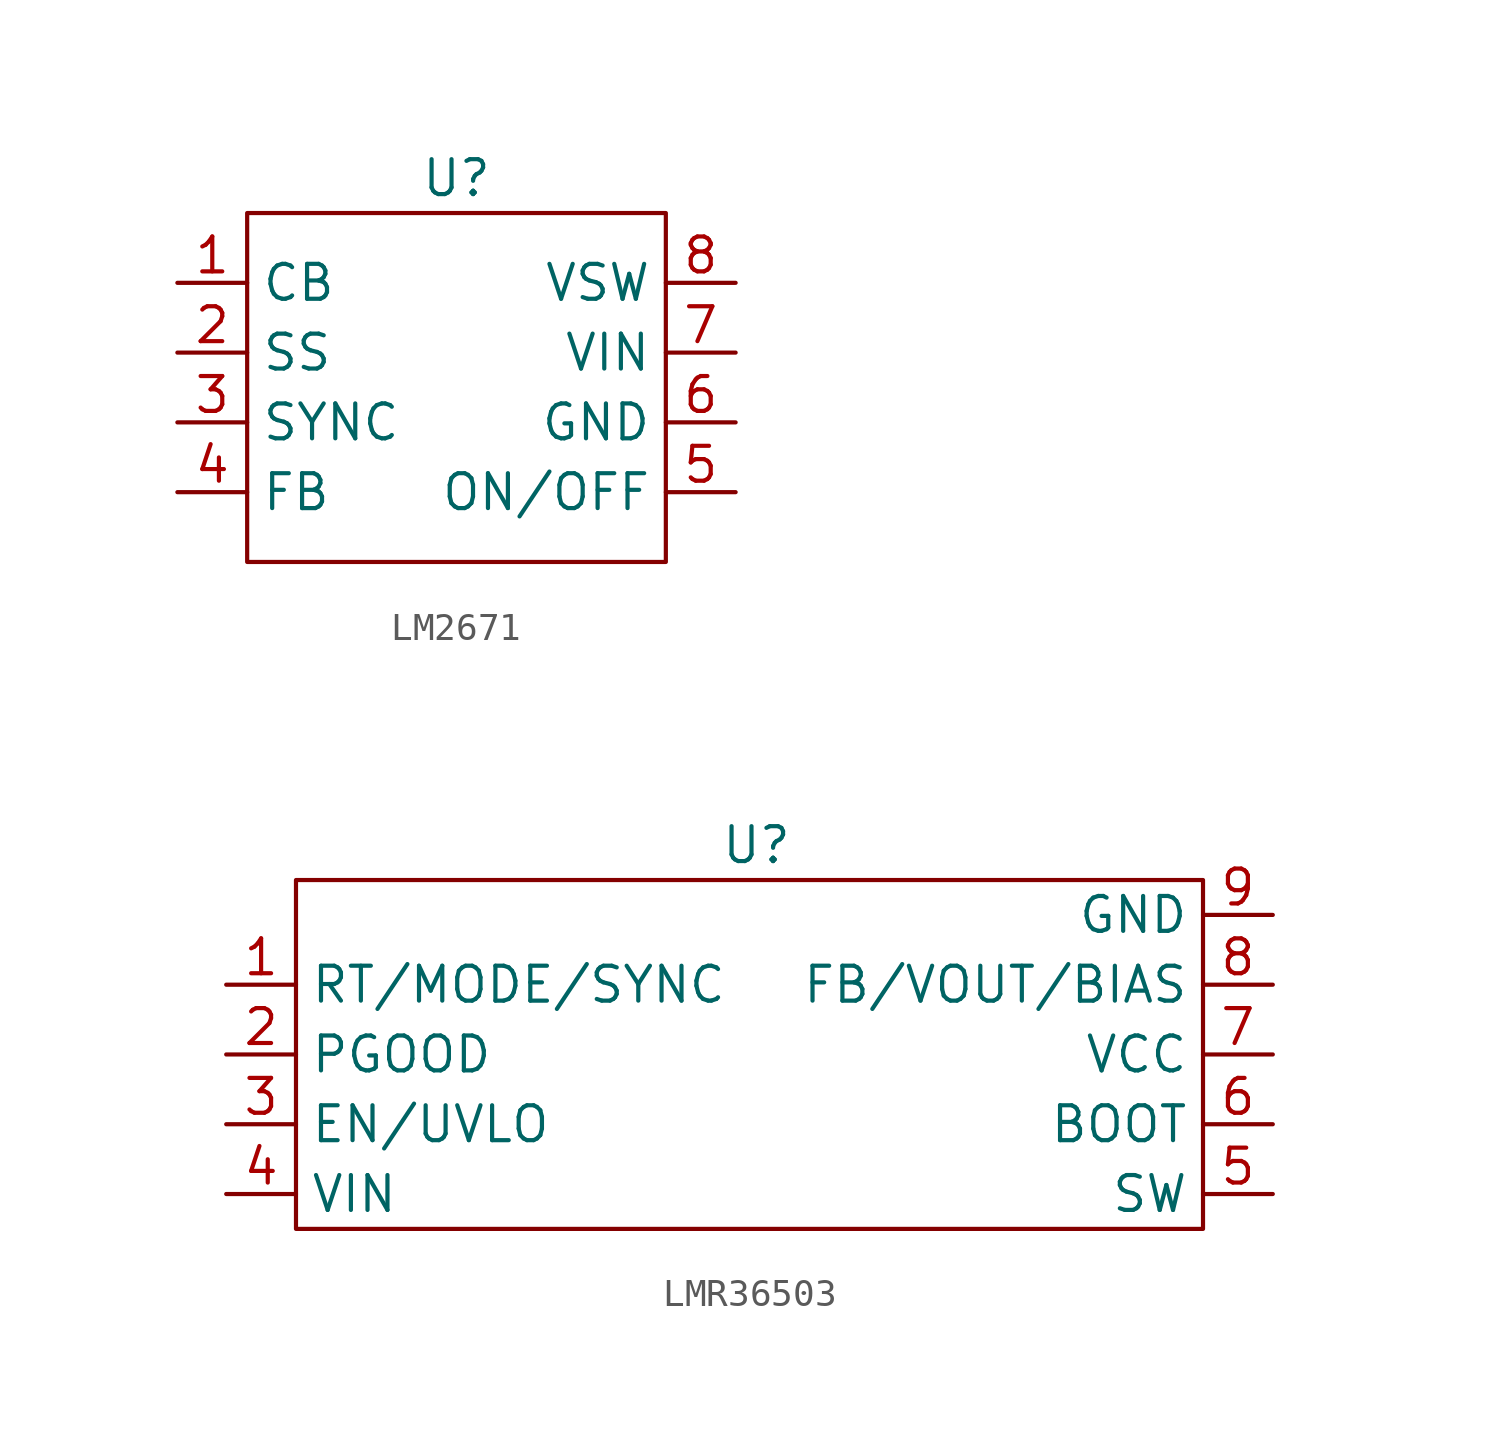
<source format=kicad_sym>
(kicad_symbol_lib
  (version 20241209)
  (generator "kicad_symbol_editor")
  (generator_version "9.0")
  (symbol "LM2671"
    (property "Reference" "U"
      (at 0 7.62 0)
      (effects (font (size 1.27 1.27))))
    (property "Value" ""
      (at 0 0 0)
      (effects (font (size 1.27 1.27))))
    (symbol "LM2671_0_1"
      (rectangle (start -7.62 6.35) (end 7.62 -6.35) (stroke (width 0) (type default)) (fill (type none))))
    (symbol "LM2671_1_1"
      (pin passive line (at -10.16 3.81 0) (length 2.54) (name "CB" (effects (font (size 1.27 1.27)))) (number "1" (effects (font (size 1.27 1.27)))))
      (pin passive line (at -10.16 1.27 0) (length 2.54) (name "SS" (effects (font (size 1.27 1.27)))) (number "2" (effects (font (size 1.27 1.27)))))
      (pin passive line (at -10.16 -1.27 0) (length 2.54) (name "SYNC" (effects (font (size 1.27 1.27)))) (number "3" (effects (font (size 1.27 1.27)))))
      (pin passive line (at -10.16 -3.81 0) (length 2.54) (name "FB" (effects (font (size 1.27 1.27)))) (number "4" (effects (font (size 1.27 1.27)))))
      (pin passive line (at 10.16 3.81 180) (length 2.54) (name "VSW" (effects (font (size 1.27 1.27)))) (number "8" (effects (font (size 1.27 1.27)))))
      (pin passive line (at 10.16 1.27 180) (length 2.54) (name "VIN" (effects (font (size 1.27 1.27)))) (number "7" (effects (font (size 1.27 1.27)))))
      (pin passive line (at 10.16 -1.27 180) (length 2.54) (name "GND" (effects (font (size 1.27 1.27)))) (number "6" (effects (font (size 1.27 1.27)))))
      (pin passive line (at 10.16 -3.81 180) (length 2.54) (name "ON/OFF" (effects (font (size 1.27 1.27)))) (number "5" (effects (font (size 1.27 1.27)))))))
  (symbol "LMR36503"
    (property "Reference" "U"
      (at 0.254 7.62 0)
      (effects (font (size 1.27 1.27))))
    (property "Value" ""
      (at 0 0 0)
      (effects (font (size 1.27 1.27))))
    (symbol "LMR36503_0_1"
      (rectangle (start -16.51 6.35) (end 16.51 -6.35) (stroke (width 0) (type default)) (fill (type none))))
    (symbol "LMR36503_1_1"
      (pin passive line (at -19.05 2.54 0) (length 2.54) (name "RT/MODE/SYNC" (effects (font (size 1.27 1.27)))) (number "1" (effects (font (size 1.27 1.27)))))
      (pin passive line (at -19.05 0 0) (length 2.54) (name "PGOOD" (effects (font (size 1.27 1.27)))) (number "2" (effects (font (size 1.27 1.27)))))
      (pin passive line (at -19.05 -2.54 0) (length 2.54) (name "EN/UVLO" (effects (font (size 1.27 1.27)))) (number "3" (effects (font (size 1.27 1.27)))))
      (pin passive line (at -19.05 -5.08 0) (length 2.54) (name "VIN" (effects (font (size 1.27 1.27)))) (number "4" (effects (font (size 1.27 1.27)))))
      (pin passive line (at 19.05 5.08 180) (length 2.54) (name "GND" (effects (font (size 1.27 1.27)))) (number "9" (effects (font (size 1.27 1.27)))))
      (pin passive line (at 19.05 2.54 180) (length 2.54) (name "FB/VOUT/BIAS" (effects (font (size 1.27 1.27)))) (number "8" (effects (font (size 1.27 1.27)))))
      (pin passive line (at 19.05 0 180) (length 2.54) (name "VCC" (effects (font (size 1.27 1.27)))) (number "7" (effects (font (size 1.27 1.27)))))
      (pin passive line (at 19.05 -2.54 180) (length 2.54) (name "BOOT" (effects (font (size 1.27 1.27)))) (number "6" (effects (font (size 1.27 1.27)))))
      (pin passive line (at 19.05 -5.08 180) (length 2.54) (name "SW" (effects (font (size 1.27 1.27)))) (number "5" (effects (font (size 1.27 1.27))))))))
</source>
